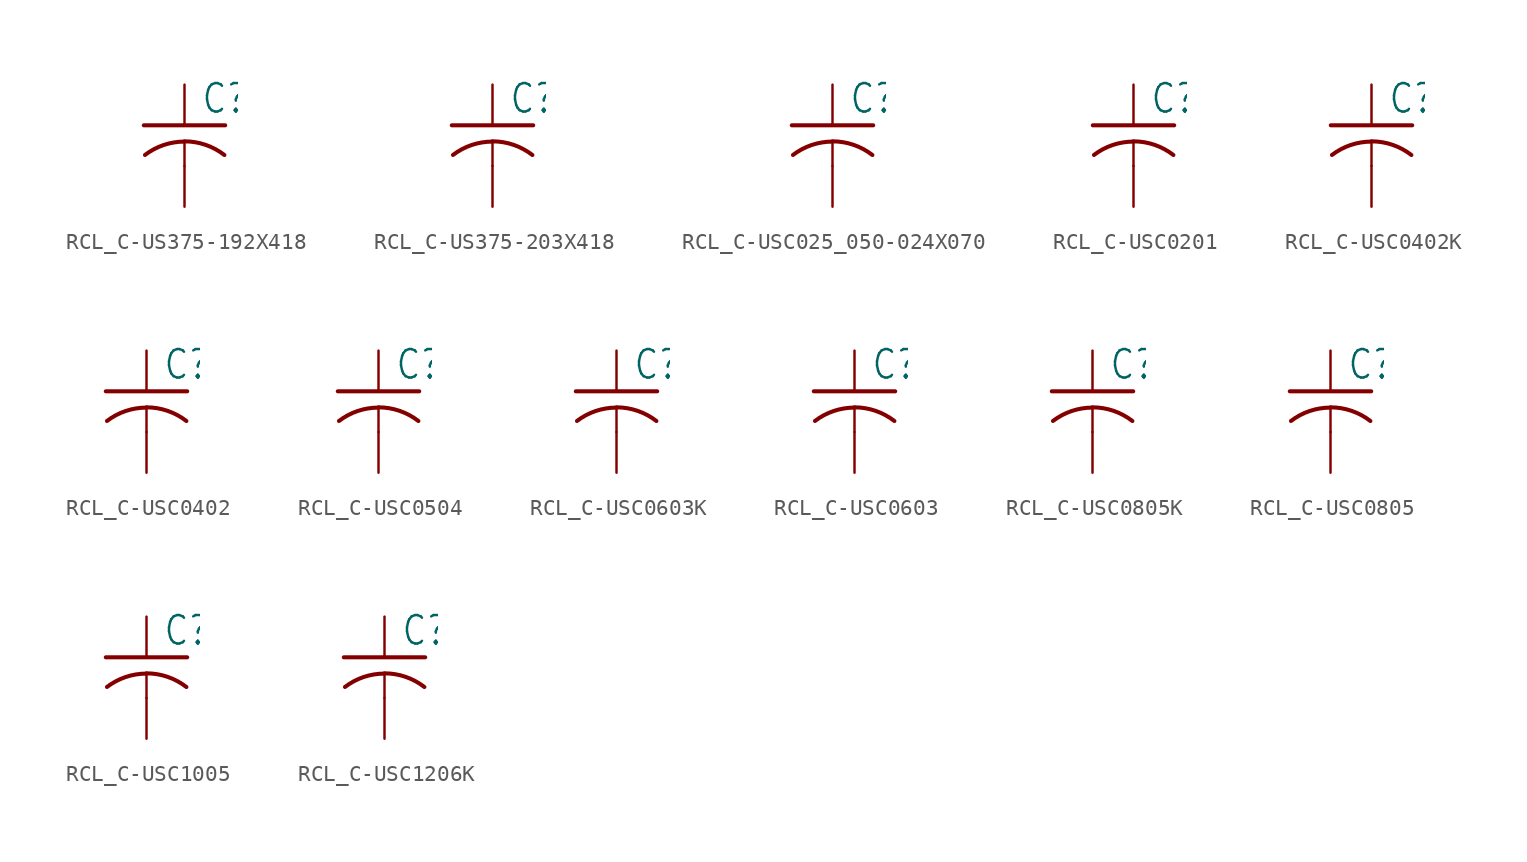
<source format=kicad_sym>
(kicad_symbol_lib
  (version 20220914)
  (generator kicad_symbol_editor)
  (symbol "RCL_C-US375-192X418"
    (property "Reference" "C"
      (at 1.016 0.635 0)
      (effects (font (size 1.778 1.511)) (justify left bottom)))
    (property "Value" ""
      (at 1.016 -4.191 0)
      (effects (font (size 1.778 1.511)) (justify left bottom)))
    (property "ki_locked" ""
      (at 0 0 0)
      (effects (font (size 1.27 1.27))))
    (symbol "RCL_C-US375-192X418_1_0"
      (arc (start 0 -1.0161) (mid -1.302 -1.2303) (end -2.4668 -1.8504) (stroke (width 0.254) (type solid)) (fill (type none)))
      (polyline (pts (xy -2.54 0) (xy 2.54 0)) (stroke (width 0.254) (type solid)) (fill (type none)))
      (polyline (pts (xy 0 -1.016) (xy 0 -2.54)) (stroke (width 0.152) (type solid)) (fill (type none)))
      (polyline (pts (xy 0 -1.016) (xy 0 -1.016)) (stroke (width 0.152) (type solid)) (fill (type none)))
      (arc (start 2.4892 -1.8541) (mid 1.3158 -1.2194) (end 0 -1) (stroke (width 0.254) (type solid)) (fill (type none)))
      (pin passive line (at 0 2.54 270) (length 2.54) (name "1" (effects (font (size 0 0)))) (number "1" (effects (font (size 0 0)))))
      (pin passive line (at 0 -5.08 90) (length 2.54) (name "2" (effects (font (size 0 0)))) (number "2" (effects (font (size 0 0)))))))
  (symbol "RCL_C-US375-203X418"
    (property "Reference" "C"
      (at 1.016 0.635 0)
      (effects (font (size 1.778 1.511)) (justify left bottom)))
    (property "Value" ""
      (at 1.016 -4.191 0)
      (effects (font (size 1.778 1.511)) (justify left bottom)))
    (property "ki_locked" ""
      (at 0 0 0)
      (effects (font (size 1.27 1.27))))
    (symbol "RCL_C-US375-203X418_1_0"
      (arc (start 0 -1.0161) (mid -1.302 -1.2303) (end -2.4668 -1.8504) (stroke (width 0.254) (type solid)) (fill (type none)))
      (polyline (pts (xy -2.54 0) (xy 2.54 0)) (stroke (width 0.254) (type solid)) (fill (type none)))
      (polyline (pts (xy 0 -1.016) (xy 0 -2.54)) (stroke (width 0.152) (type solid)) (fill (type none)))
      (polyline (pts (xy 0 -1.016) (xy 0 -1.016)) (stroke (width 0.152) (type solid)) (fill (type none)))
      (arc (start 2.4892 -1.8541) (mid 1.3158 -1.2194) (end 0 -1) (stroke (width 0.254) (type solid)) (fill (type none)))
      (pin passive line (at 0 2.54 270) (length 2.54) (name "1" (effects (font (size 0 0)))) (number "1" (effects (font (size 0 0)))))
      (pin passive line (at 0 -5.08 90) (length 2.54) (name "2" (effects (font (size 0 0)))) (number "2" (effects (font (size 0 0)))))))
  (symbol "RCL_C-USC025_050-024X070"
    (property "Reference" "C"
      (at 1.016 0.635 0)
      (effects (font (size 1.778 1.511)) (justify left bottom)))
    (property "Value" ""
      (at 1.016 -4.191 0)
      (effects (font (size 1.778 1.511)) (justify left bottom)))
    (property "ki_locked" ""
      (at 0 0 0)
      (effects (font (size 1.27 1.27))))
    (symbol "RCL_C-USC025_050-024X070_1_0"
      (arc (start 0 -1.0161) (mid -1.302 -1.2303) (end -2.4668 -1.8504) (stroke (width 0.254) (type solid)) (fill (type none)))
      (polyline (pts (xy -2.54 0) (xy 2.54 0)) (stroke (width 0.254) (type solid)) (fill (type none)))
      (polyline (pts (xy 0 -1.016) (xy 0 -2.54)) (stroke (width 0.152) (type solid)) (fill (type none)))
      (polyline (pts (xy 0 -1.016) (xy 0 -1.016)) (stroke (width 0.152) (type solid)) (fill (type none)))
      (arc (start 2.4892 -1.8541) (mid 1.3158 -1.2194) (end 0 -1) (stroke (width 0.254) (type solid)) (fill (type none)))
      (pin passive line (at 0 2.54 270) (length 2.54) (name "1" (effects (font (size 0 0)))) (number "1" (effects (font (size 0 0)))))
      (pin passive line (at 0 -5.08 90) (length 2.54) (name "2" (effects (font (size 0 0)))) (number "2" (effects (font (size 0 0)))))))
  (symbol "RCL_C-USC0201"
    (property "Reference" "C"
      (at 1.016 0.635 0)
      (effects (font (size 1.778 1.511)) (justify left bottom)))
    (property "Value" ""
      (at 1.016 -4.191 0)
      (effects (font (size 1.778 1.511)) (justify left bottom)))
    (property "ki_locked" ""
      (at 0 0 0)
      (effects (font (size 1.27 1.27))))
    (symbol "RCL_C-USC0201_1_0"
      (arc (start 0 -1.0161) (mid -1.302 -1.2303) (end -2.4668 -1.8504) (stroke (width 0.254) (type solid)) (fill (type none)))
      (polyline (pts (xy -2.54 0) (xy 2.54 0)) (stroke (width 0.254) (type solid)) (fill (type none)))
      (polyline (pts (xy 0 -1.016) (xy 0 -2.54)) (stroke (width 0.152) (type solid)) (fill (type none)))
      (polyline (pts (xy 0 -1.016) (xy 0 -1.016)) (stroke (width 0.152) (type solid)) (fill (type none)))
      (arc (start 2.4892 -1.8541) (mid 1.3158 -1.2194) (end 0 -1) (stroke (width 0.254) (type solid)) (fill (type none)))
      (pin passive line (at 0 2.54 270) (length 2.54) (name "1" (effects (font (size 0 0)))) (number "1" (effects (font (size 0 0)))))
      (pin passive line (at 0 -5.08 90) (length 2.54) (name "2" (effects (font (size 0 0)))) (number "2" (effects (font (size 0 0)))))))
  (symbol "RCL_C-USC0402K"
    (property "Reference" "C"
      (at 1.016 0.635 0)
      (effects (font (size 1.778 1.511)) (justify left bottom)))
    (property "Value" ""
      (at 1.016 -4.191 0)
      (effects (font (size 1.778 1.511)) (justify left bottom)))
    (property "ki_locked" ""
      (at 0 0 0)
      (effects (font (size 1.27 1.27))))
    (symbol "RCL_C-USC0402K_1_0"
      (arc (start 0 -1.0161) (mid -1.302 -1.2303) (end -2.4668 -1.8504) (stroke (width 0.254) (type solid)) (fill (type none)))
      (polyline (pts (xy -2.54 0) (xy 2.54 0)) (stroke (width 0.254) (type solid)) (fill (type none)))
      (polyline (pts (xy 0 -1.016) (xy 0 -2.54)) (stroke (width 0.152) (type solid)) (fill (type none)))
      (polyline (pts (xy 0 -1.016) (xy 0 -1.016)) (stroke (width 0.152) (type solid)) (fill (type none)))
      (arc (start 2.4892 -1.8541) (mid 1.3158 -1.2194) (end 0 -1) (stroke (width 0.254) (type solid)) (fill (type none)))
      (pin passive line (at 0 2.54 270) (length 2.54) (name "1" (effects (font (size 0 0)))) (number "1" (effects (font (size 0 0)))))
      (pin passive line (at 0 -5.08 90) (length 2.54) (name "2" (effects (font (size 0 0)))) (number "2" (effects (font (size 0 0)))))))
  (symbol "RCL_C-USC0402"
    (property "Reference" "C"
      (at 1.016 0.635 0)
      (effects (font (size 1.778 1.511)) (justify left bottom)))
    (property "Value" ""
      (at 1.016 -4.191 0)
      (effects (font (size 1.778 1.511)) (justify left bottom)))
    (property "ki_locked" ""
      (at 0 0 0)
      (effects (font (size 1.27 1.27))))
    (symbol "RCL_C-USC0402_1_0"
      (arc (start 0 -1.0161) (mid -1.302 -1.2303) (end -2.4668 -1.8504) (stroke (width 0.254) (type solid)) (fill (type none)))
      (polyline (pts (xy -2.54 0) (xy 2.54 0)) (stroke (width 0.254) (type solid)) (fill (type none)))
      (polyline (pts (xy 0 -1.016) (xy 0 -2.54)) (stroke (width 0.152) (type solid)) (fill (type none)))
      (polyline (pts (xy 0 -1.016) (xy 0 -1.016)) (stroke (width 0.152) (type solid)) (fill (type none)))
      (arc (start 2.4892 -1.8541) (mid 1.3158 -1.2194) (end 0 -1) (stroke (width 0.254) (type solid)) (fill (type none)))
      (pin passive line (at 0 2.54 270) (length 2.54) (name "1" (effects (font (size 0 0)))) (number "1" (effects (font (size 0 0)))))
      (pin passive line (at 0 -5.08 90) (length 2.54) (name "2" (effects (font (size 0 0)))) (number "2" (effects (font (size 0 0)))))))
  (symbol "RCL_C-USC0504"
    (property "Reference" "C"
      (at 1.016 0.635 0)
      (effects (font (size 1.778 1.511)) (justify left bottom)))
    (property "Value" ""
      (at 1.016 -4.191 0)
      (effects (font (size 1.778 1.511)) (justify left bottom)))
    (property "ki_locked" ""
      (at 0 0 0)
      (effects (font (size 1.27 1.27))))
    (symbol "RCL_C-USC0504_1_0"
      (arc (start 0 -1.0161) (mid -1.302 -1.2303) (end -2.4668 -1.8504) (stroke (width 0.254) (type solid)) (fill (type none)))
      (polyline (pts (xy -2.54 0) (xy 2.54 0)) (stroke (width 0.254) (type solid)) (fill (type none)))
      (polyline (pts (xy 0 -1.016) (xy 0 -2.54)) (stroke (width 0.152) (type solid)) (fill (type none)))
      (polyline (pts (xy 0 -1.016) (xy 0 -1.016)) (stroke (width 0.152) (type solid)) (fill (type none)))
      (arc (start 2.4892 -1.8541) (mid 1.3158 -1.2194) (end 0 -1) (stroke (width 0.254) (type solid)) (fill (type none)))
      (pin passive line (at 0 2.54 270) (length 2.54) (name "1" (effects (font (size 0 0)))) (number "1" (effects (font (size 0 0)))))
      (pin passive line (at 0 -5.08 90) (length 2.54) (name "2" (effects (font (size 0 0)))) (number "2" (effects (font (size 0 0)))))))
  (symbol "RCL_C-USC0603K"
    (property "Reference" "C"
      (at 1.016 0.635 0)
      (effects (font (size 1.778 1.511)) (justify left bottom)))
    (property "Value" ""
      (at 1.016 -4.191 0)
      (effects (font (size 1.778 1.511)) (justify left bottom)))
    (property "ki_locked" ""
      (at 0 0 0)
      (effects (font (size 1.27 1.27))))
    (symbol "RCL_C-USC0603K_1_0"
      (arc (start 0 -1.0161) (mid -1.302 -1.2303) (end -2.4668 -1.8504) (stroke (width 0.254) (type solid)) (fill (type none)))
      (polyline (pts (xy -2.54 0) (xy 2.54 0)) (stroke (width 0.254) (type solid)) (fill (type none)))
      (polyline (pts (xy 0 -1.016) (xy 0 -2.54)) (stroke (width 0.152) (type solid)) (fill (type none)))
      (polyline (pts (xy 0 -1.016) (xy 0 -1.016)) (stroke (width 0.152) (type solid)) (fill (type none)))
      (arc (start 2.4892 -1.8541) (mid 1.3158 -1.2194) (end 0 -1) (stroke (width 0.254) (type solid)) (fill (type none)))
      (pin passive line (at 0 2.54 270) (length 2.54) (name "1" (effects (font (size 0 0)))) (number "1" (effects (font (size 0 0)))))
      (pin passive line (at 0 -5.08 90) (length 2.54) (name "2" (effects (font (size 0 0)))) (number "2" (effects (font (size 0 0)))))))
  (symbol "RCL_C-USC0603"
    (property "Reference" "C"
      (at 1.016 0.635 0)
      (effects (font (size 1.778 1.511)) (justify left bottom)))
    (property "Value" ""
      (at 1.016 -4.191 0)
      (effects (font (size 1.778 1.511)) (justify left bottom)))
    (property "ki_locked" ""
      (at 0 0 0)
      (effects (font (size 1.27 1.27))))
    (symbol "RCL_C-USC0603_1_0"
      (arc (start 0 -1.0161) (mid -1.302 -1.2303) (end -2.4668 -1.8504) (stroke (width 0.254) (type solid)) (fill (type none)))
      (polyline (pts (xy -2.54 0) (xy 2.54 0)) (stroke (width 0.254) (type solid)) (fill (type none)))
      (polyline (pts (xy 0 -1.016) (xy 0 -2.54)) (stroke (width 0.152) (type solid)) (fill (type none)))
      (polyline (pts (xy 0 -1.016) (xy 0 -1.016)) (stroke (width 0.152) (type solid)) (fill (type none)))
      (arc (start 2.4892 -1.8541) (mid 1.3158 -1.2194) (end 0 -1) (stroke (width 0.254) (type solid)) (fill (type none)))
      (pin passive line (at 0 2.54 270) (length 2.54) (name "1" (effects (font (size 0 0)))) (number "1" (effects (font (size 0 0)))))
      (pin passive line (at 0 -5.08 90) (length 2.54) (name "2" (effects (font (size 0 0)))) (number "2" (effects (font (size 0 0)))))))
  (symbol "RCL_C-USC0805K"
    (property "Reference" "C"
      (at 1.016 0.635 0)
      (effects (font (size 1.778 1.511)) (justify left bottom)))
    (property "Value" ""
      (at 1.016 -4.191 0)
      (effects (font (size 1.778 1.511)) (justify left bottom)))
    (property "ki_locked" ""
      (at 0 0 0)
      (effects (font (size 1.27 1.27))))
    (symbol "RCL_C-USC0805K_1_0"
      (arc (start 0 -1.0161) (mid -1.302 -1.2303) (end -2.4668 -1.8504) (stroke (width 0.254) (type solid)) (fill (type none)))
      (polyline (pts (xy -2.54 0) (xy 2.54 0)) (stroke (width 0.254) (type solid)) (fill (type none)))
      (polyline (pts (xy 0 -1.016) (xy 0 -2.54)) (stroke (width 0.152) (type solid)) (fill (type none)))
      (polyline (pts (xy 0 -1.016) (xy 0 -1.016)) (stroke (width 0.152) (type solid)) (fill (type none)))
      (arc (start 2.4892 -1.8541) (mid 1.3158 -1.2194) (end 0 -1) (stroke (width 0.254) (type solid)) (fill (type none)))
      (pin passive line (at 0 2.54 270) (length 2.54) (name "1" (effects (font (size 0 0)))) (number "1" (effects (font (size 0 0)))))
      (pin passive line (at 0 -5.08 90) (length 2.54) (name "2" (effects (font (size 0 0)))) (number "2" (effects (font (size 0 0)))))))
  (symbol "RCL_C-USC0805"
    (property "Reference" "C"
      (at 1.016 0.635 0)
      (effects (font (size 1.778 1.511)) (justify left bottom)))
    (property "Value" ""
      (at 1.016 -4.191 0)
      (effects (font (size 1.778 1.511)) (justify left bottom)))
    (property "ki_locked" ""
      (at 0 0 0)
      (effects (font (size 1.27 1.27))))
    (symbol "RCL_C-USC0805_1_0"
      (arc (start 0 -1.0161) (mid -1.302 -1.2303) (end -2.4668 -1.8504) (stroke (width 0.254) (type solid)) (fill (type none)))
      (polyline (pts (xy -2.54 0) (xy 2.54 0)) (stroke (width 0.254) (type solid)) (fill (type none)))
      (polyline (pts (xy 0 -1.016) (xy 0 -2.54)) (stroke (width 0.152) (type solid)) (fill (type none)))
      (polyline (pts (xy 0 -1.016) (xy 0 -1.016)) (stroke (width 0.152) (type solid)) (fill (type none)))
      (arc (start 2.4892 -1.8541) (mid 1.3158 -1.2194) (end 0 -1) (stroke (width 0.254) (type solid)) (fill (type none)))
      (pin passive line (at 0 2.54 270) (length 2.54) (name "1" (effects (font (size 0 0)))) (number "1" (effects (font (size 0 0)))))
      (pin passive line (at 0 -5.08 90) (length 2.54) (name "2" (effects (font (size 0 0)))) (number "2" (effects (font (size 0 0)))))))
  (symbol "RCL_C-USC1005"
    (property "Reference" "C"
      (at 1.016 0.635 0)
      (effects (font (size 1.778 1.511)) (justify left bottom)))
    (property "Value" ""
      (at 1.016 -4.191 0)
      (effects (font (size 1.778 1.511)) (justify left bottom)))
    (property "ki_locked" ""
      (at 0 0 0)
      (effects (font (size 1.27 1.27))))
    (symbol "RCL_C-USC1005_1_0"
      (arc (start 0 -1.0161) (mid -1.302 -1.2303) (end -2.4668 -1.8504) (stroke (width 0.254) (type solid)) (fill (type none)))
      (polyline (pts (xy -2.54 0) (xy 2.54 0)) (stroke (width 0.254) (type solid)) (fill (type none)))
      (polyline (pts (xy 0 -1.016) (xy 0 -2.54)) (stroke (width 0.152) (type solid)) (fill (type none)))
      (polyline (pts (xy 0 -1.016) (xy 0 -1.016)) (stroke (width 0.152) (type solid)) (fill (type none)))
      (arc (start 2.4892 -1.8541) (mid 1.3158 -1.2194) (end 0 -1) (stroke (width 0.254) (type solid)) (fill (type none)))
      (pin passive line (at 0 2.54 270) (length 2.54) (name "1" (effects (font (size 0 0)))) (number "1" (effects (font (size 0 0)))))
      (pin passive line (at 0 -5.08 90) (length 2.54) (name "2" (effects (font (size 0 0)))) (number "2" (effects (font (size 0 0)))))))
  (symbol "RCL_C-USC1206K"
    (property "Reference" "C"
      (at 1.016 0.635 0)
      (effects (font (size 1.778 1.511)) (justify left bottom)))
    (property "Value" ""
      (at 1.016 -4.191 0)
      (effects (font (size 1.778 1.511)) (justify left bottom)))
    (property "ki_locked" ""
      (at 0 0 0)
      (effects (font (size 1.27 1.27))))
    (symbol "RCL_C-USC1206K_1_0"
      (arc (start 0 -1.0161) (mid -1.302 -1.2303) (end -2.4668 -1.8504) (stroke (width 0.254) (type solid)) (fill (type none)))
      (polyline (pts (xy -2.54 0) (xy 2.54 0)) (stroke (width 0.254) (type solid)) (fill (type none)))
      (polyline (pts (xy 0 -1.016) (xy 0 -2.54)) (stroke (width 0.152) (type solid)) (fill (type none)))
      (polyline (pts (xy 0 -1.016) (xy 0 -1.016)) (stroke (width 0.152) (type solid)) (fill (type none)))
      (arc (start 2.4892 -1.8541) (mid 1.3158 -1.2194) (end 0 -1) (stroke (width 0.254) (type solid)) (fill (type none)))
      (pin passive line (at 0 2.54 270) (length 2.54) (name "1" (effects (font (size 0 0)))) (number "1" (effects (font (size 0 0)))))
      (pin passive line (at 0 -5.08 90) (length 2.54) (name "2" (effects (font (size 0 0)))) (number "2" (effects (font (size 0 0))))))))
</source>
